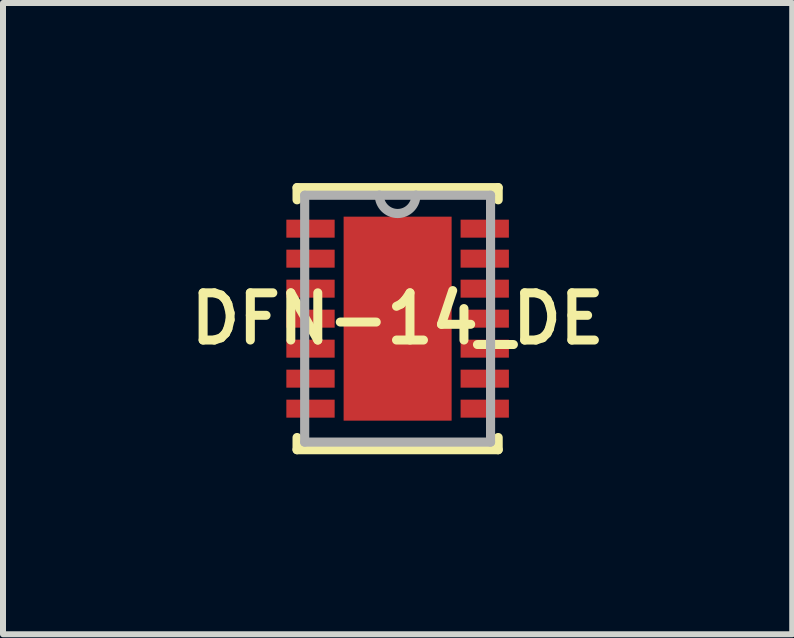
<source format=kicad_pcb>
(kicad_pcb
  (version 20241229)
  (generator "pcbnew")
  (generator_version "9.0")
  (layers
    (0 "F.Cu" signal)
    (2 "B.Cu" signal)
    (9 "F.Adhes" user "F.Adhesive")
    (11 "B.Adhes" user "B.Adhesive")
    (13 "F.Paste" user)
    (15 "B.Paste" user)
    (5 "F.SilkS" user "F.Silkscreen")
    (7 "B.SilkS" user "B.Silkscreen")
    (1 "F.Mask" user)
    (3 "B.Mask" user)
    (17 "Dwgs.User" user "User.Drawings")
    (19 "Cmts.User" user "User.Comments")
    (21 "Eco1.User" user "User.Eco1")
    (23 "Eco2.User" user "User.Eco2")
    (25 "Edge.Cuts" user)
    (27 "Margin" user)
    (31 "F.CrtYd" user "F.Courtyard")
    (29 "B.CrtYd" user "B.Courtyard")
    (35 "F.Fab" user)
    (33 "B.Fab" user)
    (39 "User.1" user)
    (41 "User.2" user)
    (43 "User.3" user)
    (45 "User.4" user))
  (footprint "DFN-14_DE"
    (layer "F.Cu")
    (at 3.577 2.261)
    (property "Reference" "DFN-14_DE" (at 0 0 0) (layer "F.SilkS") (effects (font (size 0.787 0.787) (thickness 0.15))))
    (attr through_hole)
    (fp_line (start -1.676 -2.184) (end -1.676 -1.981) (stroke (width 0.152) (type solid)) (layer "F.SilkS"))
    (fp_line (start -1.676 1.981) (end -1.676 2.184) (stroke (width 0.152) (type solid)) (layer "F.SilkS"))
    (fp_line (start -1.676 2.184) (end 1.676 2.184) (stroke (width 0.152) (type solid)) (layer "F.SilkS"))
    (fp_line (start 1.676 -2.184) (end -1.676 -2.184) (stroke (width 0.152) (type solid)) (layer "F.SilkS"))
    (fp_line (start 1.676 -1.981) (end 1.676 -2.184) (stroke (width 0.152) (type solid)) (layer "F.SilkS"))
    (fp_line (start 1.676 2.184) (end 1.676 1.981) (stroke (width 0.152) (type solid)) (layer "F.SilkS"))
    (fp_poly (pts (xy -0.8 -1.6) (xy -0.8 -0.1) (xy 0.8 -0.1) (xy 0.8 -1.6)) (stroke (width 0.025) (type solid)) (fill yes) (layer "F.Paste"))
    (fp_poly (pts (xy -0.8 0.1) (xy -0.8 1.6) (xy 0.8 1.6) (xy 0.8 0.1)) (stroke (width 0.025) (type solid)) (fill yes) (layer "F.Paste"))
    (fp_line (start -1.549 -2.057) (end -1.549 2.057) (stroke (width 0.152) (type solid)) (layer "F.Fab"))
    (fp_line (start -1.549 2.057) (end 1.549 2.057) (stroke (width 0.152) (type solid)) (layer "F.Fab"))
    (fp_line (start -0.305 -2.057) (end -1.549 -2.057) (stroke (width 0.152) (type solid)) (layer "F.Fab"))
    (fp_line (start 0.305 -2.057) (end -0.305 -2.057) (stroke (width 0.152) (type solid)) (layer "F.Fab"))
    (fp_line (start 1.549 -2.057) (end 0.305 -2.057) (stroke (width 0.152) (type solid)) (layer "F.Fab"))
    (fp_line (start 1.549 2.057) (end 1.549 -2.057) (stroke (width 0.152) (type solid)) (layer "F.Fab"))
    (fp_arc (start 0.3048 -2.0574) (mid 0 -1.7526) (end -0.3048 -2.0574) (stroke (width 0.1524) (type solid)) (layer "F.Fab"))
    (pad "1" smd rect (at -1.452 -1.5) (size 0.805 0.3) (layers "F.Cu" "F.Mask" "F.Paste"))
    (pad "2" smd rect (at -1.452 -1) (size 0.805 0.3) (layers "F.Cu" "F.Mask" "F.Paste"))
    (pad "3" smd rect (at -1.452 -0.5) (size 0.805 0.3) (layers "F.Cu" "F.Mask" "F.Paste"))
    (pad "4" smd rect (at -1.452 0) (size 0.805 0.3) (layers "F.Cu" "F.Mask" "F.Paste"))
    (pad "5" smd rect (at -1.452 0.5) (size 0.805 0.3) (layers "F.Cu" "F.Mask" "F.Paste"))
    (pad "6" smd rect (at -1.452 1) (size 0.805 0.3) (layers "F.Cu" "F.Mask" "F.Paste"))
    (pad "7" smd rect (at -1.452 1.5) (size 0.805 0.3) (layers "F.Cu" "F.Mask" "F.Paste"))
    (pad "8" smd rect (at 1.452 1.5) (size 0.805 0.3) (layers "F.Cu" "F.Mask" "F.Paste"))
    (pad "9" smd rect (at 1.452 1) (size 0.805 0.3) (layers "F.Cu" "F.Mask" "F.Paste"))
    (pad "10" smd rect (at 1.452 0.5) (size 0.805 0.3) (layers "F.Cu" "F.Mask" "F.Paste"))
    (pad "11" smd rect (at 1.452 0) (size 0.805 0.3) (layers "F.Cu" "F.Mask" "F.Paste"))
    (pad "12" smd rect (at 1.452 -0.5) (size 0.805 0.3) (layers "F.Cu" "F.Mask" "F.Paste"))
    (pad "13" smd rect (at 1.452 -1) (size 0.805 0.3) (layers "F.Cu" "F.Mask" "F.Paste"))
    (pad "14" smd rect (at 1.452 -1.5) (size 0.805 0.3) (layers "F.Cu" "F.Mask" "F.Paste"))
    (pad "15" smd rect (at 0 0) (size 1.8 3.4) (layers "F.Cu" "F.Mask")))
  (gr_rect
    (start -3 -3)
    (end 10.154 7.521)
    (stroke (width 0.1) (type default))
    (fill no)
    (layer "Edge.Cuts")))
</source>
